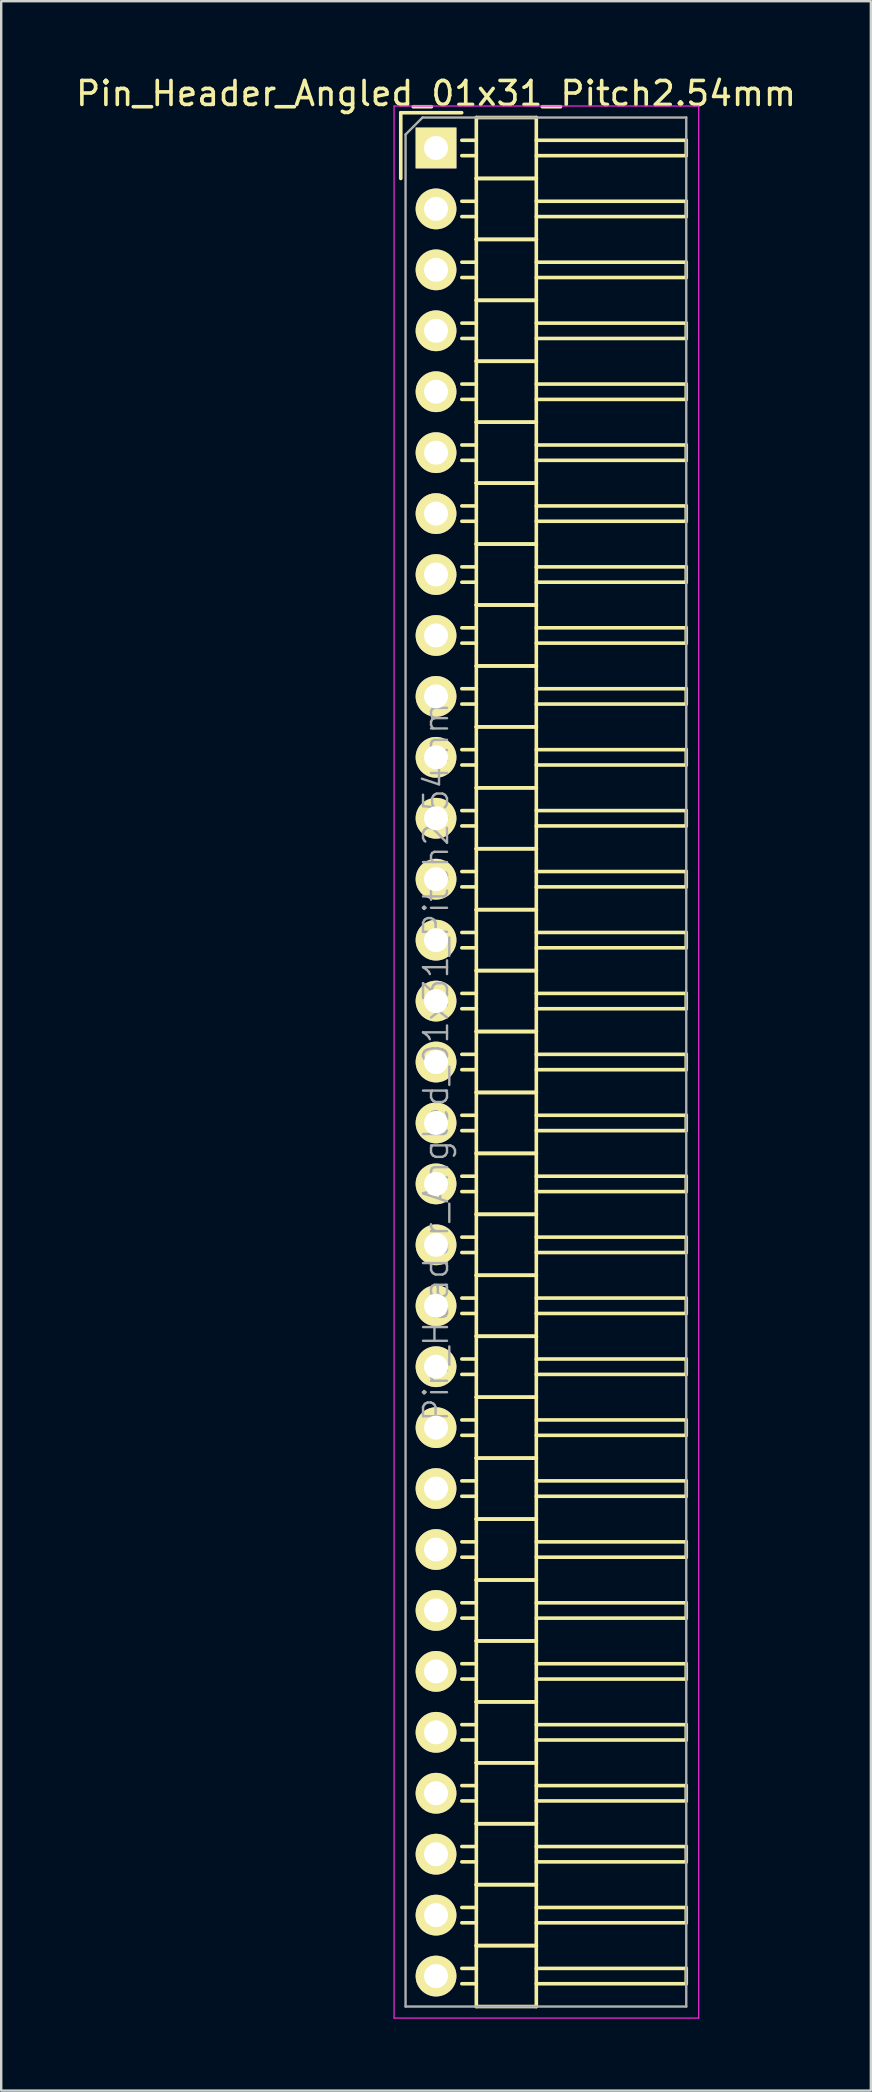
<source format=kicad_pcb>
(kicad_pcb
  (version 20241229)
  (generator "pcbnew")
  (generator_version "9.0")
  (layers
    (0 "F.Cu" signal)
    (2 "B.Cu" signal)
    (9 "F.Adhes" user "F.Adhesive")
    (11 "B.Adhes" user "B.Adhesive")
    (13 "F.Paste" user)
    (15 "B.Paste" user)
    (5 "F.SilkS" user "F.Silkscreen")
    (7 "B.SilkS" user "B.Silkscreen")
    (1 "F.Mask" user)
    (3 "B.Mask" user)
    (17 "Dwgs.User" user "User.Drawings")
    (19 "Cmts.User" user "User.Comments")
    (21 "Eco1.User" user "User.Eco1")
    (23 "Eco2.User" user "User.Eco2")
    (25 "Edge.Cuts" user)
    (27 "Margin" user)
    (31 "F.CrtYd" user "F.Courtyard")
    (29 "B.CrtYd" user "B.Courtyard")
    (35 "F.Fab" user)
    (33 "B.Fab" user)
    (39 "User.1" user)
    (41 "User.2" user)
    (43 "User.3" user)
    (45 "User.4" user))
  (footprint "Pin_Header_Angled_01x31_Pitch2.54mm"
    (layer "F.Cu")
    (at 15.125 3.118)
    (property "Reference" "Pin_Header_Angled_01x31_Pitch2.54mm" (at 0 -2.27 0) (layer "F.SilkS") (effects (font (size 1 1) (thickness 0.15))))
    (attr smd)
    (fp_line (start -1.47 -1.47) (end -1.47 1.27) (stroke (width 0.15) (type solid)) (layer "F.SilkS"))
    (fp_line (start -1.47 -1.47) (end 1.07 -1.47) (stroke (width 0.15) (type solid)) (layer "F.SilkS"))
    (fp_line (start 1.68 -0.32) (end 1.075 -0.32) (stroke (width 0.15) (type solid)) (layer "F.SilkS"))
    (fp_line (start 1.68 0.32) (end 1.075 0.32) (stroke (width 0.15) (type solid)) (layer "F.SilkS"))
    (fp_line (start 1.68 1.27) (end 1.68 -1.27) (stroke (width 0.15) (type solid)) (layer "F.SilkS"))
    (fp_line (start 1.68 2.22) (end 1.075 2.22) (stroke (width 0.15) (type solid)) (layer "F.SilkS"))
    (fp_line (start 1.68 2.86) (end 1.075 2.86) (stroke (width 0.15) (type solid)) (layer "F.SilkS"))
    (fp_line (start 1.68 3.81) (end 1.68 1.27) (stroke (width 0.15) (type solid)) (layer "F.SilkS"))
    (fp_line (start 1.68 4.76) (end 1.075 4.76) (stroke (width 0.15) (type solid)) (layer "F.SilkS"))
    (fp_line (start 1.68 5.4) (end 1.075 5.4) (stroke (width 0.15) (type solid)) (layer "F.SilkS"))
    (fp_line (start 1.68 6.35) (end 1.68 3.81) (stroke (width 0.15) (type solid)) (layer "F.SilkS"))
    (fp_line (start 1.68 7.3) (end 1.075 7.3) (stroke (width 0.15) (type solid)) (layer "F.SilkS"))
    (fp_line (start 1.68 7.94) (end 1.075 7.94) (stroke (width 0.15) (type solid)) (layer "F.SilkS"))
    (fp_line (start 1.68 8.89) (end 1.68 6.35) (stroke (width 0.15) (type solid)) (layer "F.SilkS"))
    (fp_line (start 1.68 9.84) (end 1.075 9.84) (stroke (width 0.15) (type solid)) (layer "F.SilkS"))
    (fp_line (start 1.68 10.48) (end 1.075 10.48) (stroke (width 0.15) (type solid)) (layer "F.SilkS"))
    (fp_line (start 1.68 11.43) (end 1.68 8.89) (stroke (width 0.15) (type solid)) (layer "F.SilkS"))
    (fp_line (start 1.68 12.38) (end 1.075 12.38) (stroke (width 0.15) (type solid)) (layer "F.SilkS"))
    (fp_line (start 1.68 13.02) (end 1.075 13.02) (stroke (width 0.15) (type solid)) (layer "F.SilkS"))
    (fp_line (start 1.68 13.97) (end 1.68 11.43) (stroke (width 0.15) (type solid)) (layer "F.SilkS"))
    (fp_line (start 1.68 14.92) (end 1.075 14.92) (stroke (width 0.15) (type solid)) (layer "F.SilkS"))
    (fp_line (start 1.68 15.56) (end 1.075 15.56) (stroke (width 0.15) (type solid)) (layer "F.SilkS"))
    (fp_line (start 1.68 16.51) (end 1.68 13.97) (stroke (width 0.15) (type solid)) (layer "F.SilkS"))
    (fp_line (start 1.68 17.46) (end 1.075 17.46) (stroke (width 0.15) (type solid)) (layer "F.SilkS"))
    (fp_line (start 1.68 18.1) (end 1.075 18.1) (stroke (width 0.15) (type solid)) (layer "F.SilkS"))
    (fp_line (start 1.68 19.05) (end 1.68 16.51) (stroke (width 0.15) (type solid)) (layer "F.SilkS"))
    (fp_line (start 1.68 20) (end 1.075 20) (stroke (width 0.15) (type solid)) (layer "F.SilkS"))
    (fp_line (start 1.68 20.64) (end 1.075 20.64) (stroke (width 0.15) (type solid)) (layer "F.SilkS"))
    (fp_line (start 1.68 21.59) (end 1.68 19.05) (stroke (width 0.15) (type solid)) (layer "F.SilkS"))
    (fp_line (start 1.68 22.54) (end 1.075 22.54) (stroke (width 0.15) (type solid)) (layer "F.SilkS"))
    (fp_line (start 1.68 23.18) (end 1.075 23.18) (stroke (width 0.15) (type solid)) (layer "F.SilkS"))
    (fp_line (start 1.68 24.13) (end 1.68 21.59) (stroke (width 0.15) (type solid)) (layer "F.SilkS"))
    (fp_line (start 1.68 25.08) (end 1.075 25.08) (stroke (width 0.15) (type solid)) (layer "F.SilkS"))
    (fp_line (start 1.68 25.72) (end 1.075 25.72) (stroke (width 0.15) (type solid)) (layer "F.SilkS"))
    (fp_line (start 1.68 26.67) (end 1.68 24.13) (stroke (width 0.15) (type solid)) (layer "F.SilkS"))
    (fp_line (start 1.68 27.62) (end 1.075 27.62) (stroke (width 0.15) (type solid)) (layer "F.SilkS"))
    (fp_line (start 1.68 28.26) (end 1.075 28.26) (stroke (width 0.15) (type solid)) (layer "F.SilkS"))
    (fp_line (start 1.68 29.21) (end 1.68 26.67) (stroke (width 0.15) (type solid)) (layer "F.SilkS"))
    (fp_line (start 1.68 30.16) (end 1.075 30.16) (stroke (width 0.15) (type solid)) (layer "F.SilkS"))
    (fp_line (start 1.68 30.8) (end 1.075 30.8) (stroke (width 0.15) (type solid)) (layer "F.SilkS"))
    (fp_line (start 1.68 31.75) (end 1.68 29.21) (stroke (width 0.15) (type solid)) (layer "F.SilkS"))
    (fp_line (start 1.68 32.7) (end 1.075 32.7) (stroke (width 0.15) (type solid)) (layer "F.SilkS"))
    (fp_line (start 1.68 33.34) (end 1.075 33.34) (stroke (width 0.15) (type solid)) (layer "F.SilkS"))
    (fp_line (start 1.68 34.29) (end 1.68 31.75) (stroke (width 0.15) (type solid)) (layer "F.SilkS"))
    (fp_line (start 1.68 35.24) (end 1.075 35.24) (stroke (width 0.15) (type solid)) (layer "F.SilkS"))
    (fp_line (start 1.68 35.88) (end 1.075 35.88) (stroke (width 0.15) (type solid)) (layer "F.SilkS"))
    (fp_line (start 1.68 36.83) (end 1.68 34.29) (stroke (width 0.15) (type solid)) (layer "F.SilkS"))
    (fp_line (start 1.68 37.78) (end 1.075 37.78) (stroke (width 0.15) (type solid)) (layer "F.SilkS"))
    (fp_line (start 1.68 38.42) (end 1.075 38.42) (stroke (width 0.15) (type solid)) (layer "F.SilkS"))
    (fp_line (start 1.68 39.37) (end 1.68 36.83) (stroke (width 0.15) (type solid)) (layer "F.SilkS"))
    (fp_line (start 1.68 40.32) (end 1.075 40.32) (stroke (width 0.15) (type solid)) (layer "F.SilkS"))
    (fp_line (start 1.68 40.96) (end 1.075 40.96) (stroke (width 0.15) (type solid)) (layer "F.SilkS"))
    (fp_line (start 1.68 41.91) (end 1.68 39.37) (stroke (width 0.15) (type solid)) (layer "F.SilkS"))
    (fp_line (start 1.68 42.86) (end 1.075 42.86) (stroke (width 0.15) (type solid)) (layer "F.SilkS"))
    (fp_line (start 1.68 43.5) (end 1.075 43.5) (stroke (width 0.15) (type solid)) (layer "F.SilkS"))
    (fp_line (start 1.68 44.45) (end 1.68 41.91) (stroke (width 0.15) (type solid)) (layer "F.SilkS"))
    (fp_line (start 1.68 45.4) (end 1.075 45.4) (stroke (width 0.15) (type solid)) (layer "F.SilkS"))
    (fp_line (start 1.68 46.04) (end 1.075 46.04) (stroke (width 0.15) (type solid)) (layer "F.SilkS"))
    (fp_line (start 1.68 46.99) (end 1.68 44.45) (stroke (width 0.15) (type solid)) (layer "F.SilkS"))
    (fp_line (start 1.68 47.94) (end 1.075 47.94) (stroke (width 0.15) (type solid)) (layer "F.SilkS"))
    (fp_line (start 1.68 48.58) (end 1.075 48.58) (stroke (width 0.15) (type solid)) (layer "F.SilkS"))
    (fp_line (start 1.68 49.53) (end 1.68 46.99) (stroke (width 0.15) (type solid)) (layer "F.SilkS"))
    (fp_line (start 1.68 50.48) (end 1.075 50.48) (stroke (width 0.15) (type solid)) (layer "F.SilkS"))
    (fp_line (start 1.68 51.12) (end 1.075 51.12) (stroke (width 0.15) (type solid)) (layer "F.SilkS"))
    (fp_line (start 1.68 52.07) (end 1.68 49.53) (stroke (width 0.15) (type solid)) (layer "F.SilkS"))
    (fp_line (start 1.68 53.02) (end 1.075 53.02) (stroke (width 0.15) (type solid)) (layer "F.SilkS"))
    (fp_line (start 1.68 53.66) (end 1.075 53.66) (stroke (width 0.15) (type solid)) (layer "F.SilkS"))
    (fp_line (start 1.68 54.61) (end 1.68 52.07) (stroke (width 0.15) (type solid)) (layer "F.SilkS"))
    (fp_line (start 1.68 55.56) (end 1.075 55.56) (stroke (width 0.15) (type solid)) (layer "F.SilkS"))
    (fp_line (start 1.68 56.2) (end 1.075 56.2) (stroke (width 0.15) (type solid)) (layer "F.SilkS"))
    (fp_line (start 1.68 57.15) (end 1.68 54.61) (stroke (width 0.15) (type solid)) (layer "F.SilkS"))
    (fp_line (start 1.68 58.1) (end 1.075 58.1) (stroke (width 0.15) (type solid)) (layer "F.SilkS"))
    (fp_line (start 1.68 58.74) (end 1.075 58.74) (stroke (width 0.15) (type solid)) (layer "F.SilkS"))
    (fp_line (start 1.68 59.69) (end 1.68 57.15) (stroke (width 0.15) (type solid)) (layer "F.SilkS"))
    (fp_line (start 1.68 60.64) (end 1.075 60.64) (stroke (width 0.15) (type solid)) (layer "F.SilkS"))
    (fp_line (start 1.68 61.28) (end 1.075 61.28) (stroke (width 0.15) (type solid)) (layer "F.SilkS"))
    (fp_line (start 1.68 62.23) (end 1.68 59.69) (stroke (width 0.15) (type solid)) (layer "F.SilkS"))
    (fp_line (start 1.68 63.18) (end 1.075 63.18) (stroke (width 0.15) (type solid)) (layer "F.SilkS"))
    (fp_line (start 1.68 63.82) (end 1.075 63.82) (stroke (width 0.15) (type solid)) (layer "F.SilkS"))
    (fp_line (start 1.68 64.77) (end 1.68 62.23) (stroke (width 0.15) (type solid)) (layer "F.SilkS"))
    (fp_line (start 1.68 65.72) (end 1.075 65.72) (stroke (width 0.15) (type solid)) (layer "F.SilkS"))
    (fp_line (start 1.68 66.36) (end 1.075 66.36) (stroke (width 0.15) (type solid)) (layer "F.SilkS"))
    (fp_line (start 1.68 67.31) (end 1.68 64.77) (stroke (width 0.15) (type solid)) (layer "F.SilkS"))
    (fp_line (start 1.68 68.26) (end 1.075 68.26) (stroke (width 0.15) (type solid)) (layer "F.SilkS"))
    (fp_line (start 1.68 68.9) (end 1.075 68.9) (stroke (width 0.15) (type solid)) (layer "F.SilkS"))
    (fp_line (start 1.68 69.85) (end 1.68 67.31) (stroke (width 0.15) (type solid)) (layer "F.SilkS"))
    (fp_line (start 1.68 70.8) (end 1.075 70.8) (stroke (width 0.15) (type solid)) (layer "F.SilkS"))
    (fp_line (start 1.68 71.44) (end 1.075 71.44) (stroke (width 0.15) (type solid)) (layer "F.SilkS"))
    (fp_line (start 1.68 72.39) (end 1.68 69.85) (stroke (width 0.15) (type solid)) (layer "F.SilkS"))
    (fp_line (start 1.68 73.34) (end 1.075 73.34) (stroke (width 0.15) (type solid)) (layer "F.SilkS"))
    (fp_line (start 1.68 73.98) (end 1.075 73.98) (stroke (width 0.15) (type solid)) (layer "F.SilkS"))
    (fp_line (start 1.68 74.93) (end 1.68 72.39) (stroke (width 0.15) (type solid)) (layer "F.SilkS"))
    (fp_line (start 1.68 75.88) (end 1.075 75.88) (stroke (width 0.15) (type solid)) (layer "F.SilkS"))
    (fp_line (start 1.68 76.52) (end 1.075 76.52) (stroke (width 0.15) (type solid)) (layer "F.SilkS"))
    (fp_line (start 1.68 77.47) (end 1.68 74.93) (stroke (width 0.15) (type solid)) (layer "F.SilkS"))
    (fp_line (start 4.18 -1.27) (end 1.68 -1.27) (stroke (width 0.15) (type solid)) (layer "F.SilkS"))
    (fp_line (start 4.18 -0.32) (end 10.43 -0.32) (stroke (width 0.15) (type solid)) (layer "F.SilkS"))
    (fp_line (start 4.18 0.32) (end 10.43 0.32) (stroke (width 0.15) (type solid)) (layer "F.SilkS"))
    (fp_line (start 4.18 1.27) (end 1.68 1.27) (stroke (width 0.15) (type solid)) (layer "F.SilkS"))
    (fp_line (start 4.18 1.27) (end 1.68 1.27) (stroke (width 0.15) (type solid)) (layer "F.SilkS"))
    (fp_line (start 4.18 1.27) (end 4.18 -1.27) (stroke (width 0.15) (type solid)) (layer "F.SilkS"))
    (fp_line (start 4.18 2.22) (end 10.43 2.22) (stroke (width 0.15) (type solid)) (layer "F.SilkS"))
    (fp_line (start 4.18 2.86) (end 10.43 2.86) (stroke (width 0.15) (type solid)) (layer "F.SilkS"))
    (fp_line (start 4.18 3.81) (end 1.68 3.81) (stroke (width 0.15) (type solid)) (layer "F.SilkS"))
    (fp_line (start 4.18 3.81) (end 1.68 3.81) (stroke (width 0.15) (type solid)) (layer "F.SilkS"))
    (fp_line (start 4.18 3.81) (end 4.18 1.27) (stroke (width 0.15) (type solid)) (layer "F.SilkS"))
    (fp_line (start 4.18 4.76) (end 10.43 4.76) (stroke (width 0.15) (type solid)) (layer "F.SilkS"))
    (fp_line (start 4.18 5.4) (end 10.43 5.4) (stroke (width 0.15) (type solid)) (layer "F.SilkS"))
    (fp_line (start 4.18 6.35) (end 1.68 6.35) (stroke (width 0.15) (type solid)) (layer "F.SilkS"))
    (fp_line (start 4.18 6.35) (end 1.68 6.35) (stroke (width 0.15) (type solid)) (layer "F.SilkS"))
    (fp_line (start 4.18 6.35) (end 4.18 3.81) (stroke (width 0.15) (type solid)) (layer "F.SilkS"))
    (fp_line (start 4.18 7.3) (end 10.43 7.3) (stroke (width 0.15) (type solid)) (layer "F.SilkS"))
    (fp_line (start 4.18 7.94) (end 10.43 7.94) (stroke (width 0.15) (type solid)) (layer "F.SilkS"))
    (fp_line (start 4.18 8.89) (end 1.68 8.89) (stroke (width 0.15) (type solid)) (layer "F.SilkS"))
    (fp_line (start 4.18 8.89) (end 1.68 8.89) (stroke (width 0.15) (type solid)) (layer "F.SilkS"))
    (fp_line (start 4.18 8.89) (end 4.18 6.35) (stroke (width 0.15) (type solid)) (layer "F.SilkS"))
    (fp_line (start 4.18 9.84) (end 10.43 9.84) (stroke (width 0.15) (type solid)) (layer "F.SilkS"))
    (fp_line (start 4.18 10.48) (end 10.43 10.48) (stroke (width 0.15) (type solid)) (layer "F.SilkS"))
    (fp_line (start 4.18 11.43) (end 1.68 11.43) (stroke (width 0.15) (type solid)) (layer "F.SilkS"))
    (fp_line (start 4.18 11.43) (end 1.68 11.43) (stroke (width 0.15) (type solid)) (layer "F.SilkS"))
    (fp_line (start 4.18 11.43) (end 4.18 8.89) (stroke (width 0.15) (type solid)) (layer "F.SilkS"))
    (fp_line (start 4.18 12.38) (end 10.43 12.38) (stroke (width 0.15) (type solid)) (layer "F.SilkS"))
    (fp_line (start 4.18 13.02) (end 10.43 13.02) (stroke (width 0.15) (type solid)) (layer "F.SilkS"))
    (fp_line (start 4.18 13.97) (end 1.68 13.97) (stroke (width 0.15) (type solid)) (layer "F.SilkS"))
    (fp_line (start 4.18 13.97) (end 1.68 13.97) (stroke (width 0.15) (type solid)) (layer "F.SilkS"))
    (fp_line (start 4.18 13.97) (end 4.18 11.43) (stroke (width 0.15) (type solid)) (layer "F.SilkS"))
    (fp_line (start 4.18 14.92) (end 10.43 14.92) (stroke (width 0.15) (type solid)) (layer "F.SilkS"))
    (fp_line (start 4.18 15.56) (end 10.43 15.56) (stroke (width 0.15) (type solid)) (layer "F.SilkS"))
    (fp_line (start 4.18 16.51) (end 1.68 16.51) (stroke (width 0.15) (type solid)) (layer "F.SilkS"))
    (fp_line (start 4.18 16.51) (end 1.68 16.51) (stroke (width 0.15) (type solid)) (layer "F.SilkS"))
    (fp_line (start 4.18 16.51) (end 4.18 13.97) (stroke (width 0.15) (type solid)) (layer "F.SilkS"))
    (fp_line (start 4.18 17.46) (end 10.43 17.46) (stroke (width 0.15) (type solid)) (layer "F.SilkS"))
    (fp_line (start 4.18 18.1) (end 10.43 18.1) (stroke (width 0.15) (type solid)) (layer "F.SilkS"))
    (fp_line (start 4.18 19.05) (end 1.68 19.05) (stroke (width 0.15) (type solid)) (layer "F.SilkS"))
    (fp_line (start 4.18 19.05) (end 1.68 19.05) (stroke (width 0.15) (type solid)) (layer "F.SilkS"))
    (fp_line (start 4.18 19.05) (end 4.18 16.51) (stroke (width 0.15) (type solid)) (layer "F.SilkS"))
    (fp_line (start 4.18 20) (end 10.43 20) (stroke (width 0.15) (type solid)) (layer "F.SilkS"))
    (fp_line (start 4.18 20.64) (end 10.43 20.64) (stroke (width 0.15) (type solid)) (layer "F.SilkS"))
    (fp_line (start 4.18 21.59) (end 1.68 21.59) (stroke (width 0.15) (type solid)) (layer "F.SilkS"))
    (fp_line (start 4.18 21.59) (end 1.68 21.59) (stroke (width 0.15) (type solid)) (layer "F.SilkS"))
    (fp_line (start 4.18 21.59) (end 4.18 19.05) (stroke (width 0.15) (type solid)) (layer "F.SilkS"))
    (fp_line (start 4.18 22.54) (end 10.43 22.54) (stroke (width 0.15) (type solid)) (layer "F.SilkS"))
    (fp_line (start 4.18 23.18) (end 10.43 23.18) (stroke (width 0.15) (type solid)) (layer "F.SilkS"))
    (fp_line (start 4.18 24.13) (end 1.68 24.13) (stroke (width 0.15) (type solid)) (layer "F.SilkS"))
    (fp_line (start 4.18 24.13) (end 1.68 24.13) (stroke (width 0.15) (type solid)) (layer "F.SilkS"))
    (fp_line (start 4.18 24.13) (end 4.18 21.59) (stroke (width 0.15) (type solid)) (layer "F.SilkS"))
    (fp_line (start 4.18 25.08) (end 10.43 25.08) (stroke (width 0.15) (type solid)) (layer "F.SilkS"))
    (fp_line (start 4.18 25.72) (end 10.43 25.72) (stroke (width 0.15) (type solid)) (layer "F.SilkS"))
    (fp_line (start 4.18 26.67) (end 1.68 26.67) (stroke (width 0.15) (type solid)) (layer "F.SilkS"))
    (fp_line (start 4.18 26.67) (end 1.68 26.67) (stroke (width 0.15) (type solid)) (layer "F.SilkS"))
    (fp_line (start 4.18 26.67) (end 4.18 24.13) (stroke (width 0.15) (type solid)) (layer "F.SilkS"))
    (fp_line (start 4.18 27.62) (end 10.43 27.62) (stroke (width 0.15) (type solid)) (layer "F.SilkS"))
    (fp_line (start 4.18 28.26) (end 10.43 28.26) (stroke (width 0.15) (type solid)) (layer "F.SilkS"))
    (fp_line (start 4.18 29.21) (end 1.68 29.21) (stroke (width 0.15) (type solid)) (layer "F.SilkS"))
    (fp_line (start 4.18 29.21) (end 1.68 29.21) (stroke (width 0.15) (type solid)) (layer "F.SilkS"))
    (fp_line (start 4.18 29.21) (end 4.18 26.67) (stroke (width 0.15) (type solid)) (layer "F.SilkS"))
    (fp_line (start 4.18 30.16) (end 10.43 30.16) (stroke (width 0.15) (type solid)) (layer "F.SilkS"))
    (fp_line (start 4.18 30.8) (end 10.43 30.8) (stroke (width 0.15) (type solid)) (layer "F.SilkS"))
    (fp_line (start 4.18 31.75) (end 1.68 31.75) (stroke (width 0.15) (type solid)) (layer "F.SilkS"))
    (fp_line (start 4.18 31.75) (end 1.68 31.75) (stroke (width 0.15) (type solid)) (layer "F.SilkS"))
    (fp_line (start 4.18 31.75) (end 4.18 29.21) (stroke (width 0.15) (type solid)) (layer "F.SilkS"))
    (fp_line (start 4.18 32.7) (end 10.43 32.7) (stroke (width 0.15) (type solid)) (layer "F.SilkS"))
    (fp_line (start 4.18 33.34) (end 10.43 33.34) (stroke (width 0.15) (type solid)) (layer "F.SilkS"))
    (fp_line (start 4.18 34.29) (end 1.68 34.29) (stroke (width 0.15) (type solid)) (layer "F.SilkS"))
    (fp_line (start 4.18 34.29) (end 1.68 34.29) (stroke (width 0.15) (type solid)) (layer "F.SilkS"))
    (fp_line (start 4.18 34.29) (end 4.18 31.75) (stroke (width 0.15) (type solid)) (layer "F.SilkS"))
    (fp_line (start 4.18 35.24) (end 10.43 35.24) (stroke (width 0.15) (type solid)) (layer "F.SilkS"))
    (fp_line (start 4.18 35.88) (end 10.43 35.88) (stroke (width 0.15) (type solid)) (layer "F.SilkS"))
    (fp_line (start 4.18 36.83) (end 1.68 36.83) (stroke (width 0.15) (type solid)) (layer "F.SilkS"))
    (fp_line (start 4.18 36.83) (end 1.68 36.83) (stroke (width 0.15) (type solid)) (layer "F.SilkS"))
    (fp_line (start 4.18 36.83) (end 4.18 34.29) (stroke (width 0.15) (type solid)) (layer "F.SilkS"))
    (fp_line (start 4.18 37.78) (end 10.43 37.78) (stroke (width 0.15) (type solid)) (layer "F.SilkS"))
    (fp_line (start 4.18 38.42) (end 10.43 38.42) (stroke (width 0.15) (type solid)) (layer "F.SilkS"))
    (fp_line (start 4.18 39.37) (end 1.68 39.37) (stroke (width 0.15) (type solid)) (layer "F.SilkS"))
    (fp_line (start 4.18 39.37) (end 1.68 39.37) (stroke (width 0.15) (type solid)) (layer "F.SilkS"))
    (fp_line (start 4.18 39.37) (end 4.18 36.83) (stroke (width 0.15) (type solid)) (layer "F.SilkS"))
    (fp_line (start 4.18 40.32) (end 10.43 40.32) (stroke (width 0.15) (type solid)) (layer "F.SilkS"))
    (fp_line (start 4.18 40.96) (end 10.43 40.96) (stroke (width 0.15) (type solid)) (layer "F.SilkS"))
    (fp_line (start 4.18 41.91) (end 1.68 41.91) (stroke (width 0.15) (type solid)) (layer "F.SilkS"))
    (fp_line (start 4.18 41.91) (end 1.68 41.91) (stroke (width 0.15) (type solid)) (layer "F.SilkS"))
    (fp_line (start 4.18 41.91) (end 4.18 39.37) (stroke (width 0.15) (type solid)) (layer "F.SilkS"))
    (fp_line (start 4.18 42.86) (end 10.43 42.86) (stroke (width 0.15) (type solid)) (layer "F.SilkS"))
    (fp_line (start 4.18 43.5) (end 10.43 43.5) (stroke (width 0.15) (type solid)) (layer "F.SilkS"))
    (fp_line (start 4.18 44.45) (end 1.68 44.45) (stroke (width 0.15) (type solid)) (layer "F.SilkS"))
    (fp_line (start 4.18 44.45) (end 1.68 44.45) (stroke (width 0.15) (type solid)) (layer "F.SilkS"))
    (fp_line (start 4.18 44.45) (end 4.18 41.91) (stroke (width 0.15) (type solid)) (layer "F.SilkS"))
    (fp_line (start 4.18 45.4) (end 10.43 45.4) (stroke (width 0.15) (type solid)) (layer "F.SilkS"))
    (fp_line (start 4.18 46.04) (end 10.43 46.04) (stroke (width 0.15) (type solid)) (layer "F.SilkS"))
    (fp_line (start 4.18 46.99) (end 1.68 46.99) (stroke (width 0.15) (type solid)) (layer "F.SilkS"))
    (fp_line (start 4.18 46.99) (end 1.68 46.99) (stroke (width 0.15) (type solid)) (layer "F.SilkS"))
    (fp_line (start 4.18 46.99) (end 4.18 44.45) (stroke (width 0.15) (type solid)) (layer "F.SilkS"))
    (fp_line (start 4.18 47.94) (end 10.43 47.94) (stroke (width 0.15) (type solid)) (layer "F.SilkS"))
    (fp_line (start 4.18 48.58) (end 10.43 48.58) (stroke (width 0.15) (type solid)) (layer "F.SilkS"))
    (fp_line (start 4.18 49.53) (end 1.68 49.53) (stroke (width 0.15) (type solid)) (layer "F.SilkS"))
    (fp_line (start 4.18 49.53) (end 1.68 49.53) (stroke (width 0.15) (type solid)) (layer "F.SilkS"))
    (fp_line (start 4.18 49.53) (end 4.18 46.99) (stroke (width 0.15) (type solid)) (layer "F.SilkS"))
    (fp_line (start 4.18 50.48) (end 10.43 50.48) (stroke (width 0.15) (type solid)) (layer "F.SilkS"))
    (fp_line (start 4.18 51.12) (end 10.43 51.12) (stroke (width 0.15) (type solid)) (layer "F.SilkS"))
    (fp_line (start 4.18 52.07) (end 1.68 52.07) (stroke (width 0.15) (type solid)) (layer "F.SilkS"))
    (fp_line (start 4.18 52.07) (end 1.68 52.07) (stroke (width 0.15) (type solid)) (layer "F.SilkS"))
    (fp_line (start 4.18 52.07) (end 4.18 49.53) (stroke (width 0.15) (type solid)) (layer "F.SilkS"))
    (fp_line (start 4.18 53.02) (end 10.43 53.02) (stroke (width 0.15) (type solid)) (layer "F.SilkS"))
    (fp_line (start 4.18 53.66) (end 10.43 53.66) (stroke (width 0.15) (type solid)) (layer "F.SilkS"))
    (fp_line (start 4.18 54.61) (end 1.68 54.61) (stroke (width 0.15) (type solid)) (layer "F.SilkS"))
    (fp_line (start 4.18 54.61) (end 1.68 54.61) (stroke (width 0.15) (type solid)) (layer "F.SilkS"))
    (fp_line (start 4.18 54.61) (end 4.18 52.07) (stroke (width 0.15) (type solid)) (layer "F.SilkS"))
    (fp_line (start 4.18 55.56) (end 10.43 55.56) (stroke (width 0.15) (type solid)) (layer "F.SilkS"))
    (fp_line (start 4.18 56.2) (end 10.43 56.2) (stroke (width 0.15) (type solid)) (layer "F.SilkS"))
    (fp_line (start 4.18 57.15) (end 1.68 57.15) (stroke (width 0.15) (type solid)) (layer "F.SilkS"))
    (fp_line (start 4.18 57.15) (end 1.68 57.15) (stroke (width 0.15) (type solid)) (layer "F.SilkS"))
    (fp_line (start 4.18 57.15) (end 4.18 54.61) (stroke (width 0.15) (type solid)) (layer "F.SilkS"))
    (fp_line (start 4.18 58.1) (end 10.43 58.1) (stroke (width 0.15) (type solid)) (layer "F.SilkS"))
    (fp_line (start 4.18 58.74) (end 10.43 58.74) (stroke (width 0.15) (type solid)) (layer "F.SilkS"))
    (fp_line (start 4.18 59.69) (end 1.68 59.69) (stroke (width 0.15) (type solid)) (layer "F.SilkS"))
    (fp_line (start 4.18 59.69) (end 1.68 59.69) (stroke (width 0.15) (type solid)) (layer "F.SilkS"))
    (fp_line (start 4.18 59.69) (end 4.18 57.15) (stroke (width 0.15) (type solid)) (layer "F.SilkS"))
    (fp_line (start 4.18 60.64) (end 10.43 60.64) (stroke (width 0.15) (type solid)) (layer "F.SilkS"))
    (fp_line (start 4.18 61.28) (end 10.43 61.28) (stroke (width 0.15) (type solid)) (layer "F.SilkS"))
    (fp_line (start 4.18 62.23) (end 1.68 62.23) (stroke (width 0.15) (type solid)) (layer "F.SilkS"))
    (fp_line (start 4.18 62.23) (end 1.68 62.23) (stroke (width 0.15) (type solid)) (layer "F.SilkS"))
    (fp_line (start 4.18 62.23) (end 4.18 59.69) (stroke (width 0.15) (type solid)) (layer "F.SilkS"))
    (fp_line (start 4.18 63.18) (end 10.43 63.18) (stroke (width 0.15) (type solid)) (layer "F.SilkS"))
    (fp_line (start 4.18 63.82) (end 10.43 63.82) (stroke (width 0.15) (type solid)) (layer "F.SilkS"))
    (fp_line (start 4.18 64.77) (end 1.68 64.77) (stroke (width 0.15) (type solid)) (layer "F.SilkS"))
    (fp_line (start 4.18 64.77) (end 1.68 64.77) (stroke (width 0.15) (type solid)) (layer "F.SilkS"))
    (fp_line (start 4.18 64.77) (end 4.18 62.23) (stroke (width 0.15) (type solid)) (layer "F.SilkS"))
    (fp_line (start 4.18 65.72) (end 10.43 65.72) (stroke (width 0.15) (type solid)) (layer "F.SilkS"))
    (fp_line (start 4.18 66.36) (end 10.43 66.36) (stroke (width 0.15) (type solid)) (layer "F.SilkS"))
    (fp_line (start 4.18 67.31) (end 1.68 67.31) (stroke (width 0.15) (type solid)) (layer "F.SilkS"))
    (fp_line (start 4.18 67.31) (end 1.68 67.31) (stroke (width 0.15) (type solid)) (layer "F.SilkS"))
    (fp_line (start 4.18 67.31) (end 4.18 64.77) (stroke (width 0.15) (type solid)) (layer "F.SilkS"))
    (fp_line (start 4.18 68.26) (end 10.43 68.26) (stroke (width 0.15) (type solid)) (layer "F.SilkS"))
    (fp_line (start 4.18 68.9) (end 10.43 68.9) (stroke (width 0.15) (type solid)) (layer "F.SilkS"))
    (fp_line (start 4.18 69.85) (end 1.68 69.85) (stroke (width 0.15) (type solid)) (layer "F.SilkS"))
    (fp_line (start 4.18 69.85) (end 1.68 69.85) (stroke (width 0.15) (type solid)) (layer "F.SilkS"))
    (fp_line (start 4.18 69.85) (end 4.18 67.31) (stroke (width 0.15) (type solid)) (layer "F.SilkS"))
    (fp_line (start 4.18 70.8) (end 10.43 70.8) (stroke (width 0.15) (type solid)) (layer "F.SilkS"))
    (fp_line (start 4.18 71.44) (end 10.43 71.44) (stroke (width 0.15) (type solid)) (layer "F.SilkS"))
    (fp_line (start 4.18 72.39) (end 1.68 72.39) (stroke (width 0.15) (type solid)) (layer "F.SilkS"))
    (fp_line (start 4.18 72.39) (end 1.68 72.39) (stroke (width 0.15) (type solid)) (layer "F.SilkS"))
    (fp_line (start 4.18 72.39) (end 4.18 69.85) (stroke (width 0.15) (type solid)) (layer "F.SilkS"))
    (fp_line (start 4.18 73.34) (end 10.43 73.34) (stroke (width 0.15) (type solid)) (layer "F.SilkS"))
    (fp_line (start 4.18 73.98) (end 10.43 73.98) (stroke (width 0.15) (type solid)) (layer "F.SilkS"))
    (fp_line (start 4.18 74.93) (end 1.68 74.93) (stroke (width 0.15) (type solid)) (layer "F.SilkS"))
    (fp_line (start 4.18 74.93) (end 1.68 74.93) (stroke (width 0.15) (type solid)) (layer "F.SilkS"))
    (fp_line (start 4.18 74.93) (end 4.18 72.39) (stroke (width 0.15) (type solid)) (layer "F.SilkS"))
    (fp_line (start 4.18 75.88) (end 10.43 75.88) (stroke (width 0.15) (type solid)) (layer "F.SilkS"))
    (fp_line (start 4.18 76.52) (end 10.43 76.52) (stroke (width 0.15) (type solid)) (layer "F.SilkS"))
    (fp_line (start 4.18 77.47) (end 1.68 77.47) (stroke (width 0.15) (type solid)) (layer "F.SilkS"))
    (fp_line (start 4.18 77.47) (end 4.18 74.93) (stroke (width 0.15) (type solid)) (layer "F.SilkS"))
    (fp_line (start 10.43 0.32) (end 10.43 -0.32) (stroke (width 0.15) (type solid)) (layer "F.SilkS"))
    (fp_line (start 10.43 2.86) (end 10.43 2.22) (stroke (width 0.15) (type solid)) (layer "F.SilkS"))
    (fp_line (start 10.43 5.4) (end 10.43 4.76) (stroke (width 0.15) (type solid)) (layer "F.SilkS"))
    (fp_line (start 10.43 7.94) (end 10.43 7.3) (stroke (width 0.15) (type solid)) (layer "F.SilkS"))
    (fp_line (start 10.43 10.48) (end 10.43 9.84) (stroke (width 0.15) (type solid)) (layer "F.SilkS"))
    (fp_line (start 10.43 13.02) (end 10.43 12.38) (stroke (width 0.15) (type solid)) (layer "F.SilkS"))
    (fp_line (start 10.43 15.56) (end 10.43 14.92) (stroke (width 0.15) (type solid)) (layer "F.SilkS"))
    (fp_line (start 10.43 18.1) (end 10.43 17.46) (stroke (width 0.15) (type solid)) (layer "F.SilkS"))
    (fp_line (start 10.43 20.64) (end 10.43 20) (stroke (width 0.15) (type solid)) (layer "F.SilkS"))
    (fp_line (start 10.43 23.18) (end 10.43 22.54) (stroke (width 0.15) (type solid)) (layer "F.SilkS"))
    (fp_line (start 10.43 25.72) (end 10.43 25.08) (stroke (width 0.15) (type solid)) (layer "F.SilkS"))
    (fp_line (start 10.43 28.26) (end 10.43 27.62) (stroke (width 0.15) (type solid)) (layer "F.SilkS"))
    (fp_line (start 10.43 30.8) (end 10.43 30.16) (stroke (width 0.15) (type solid)) (layer "F.SilkS"))
    (fp_line (start 10.43 33.34) (end 10.43 32.7) (stroke (width 0.15) (type solid)) (layer "F.SilkS"))
    (fp_line (start 10.43 35.88) (end 10.43 35.24) (stroke (width 0.15) (type solid)) (layer "F.SilkS"))
    (fp_line (start 10.43 38.42) (end 10.43 37.78) (stroke (width 0.15) (type solid)) (layer "F.SilkS"))
    (fp_line (start 10.43 40.96) (end 10.43 40.32) (stroke (width 0.15) (type solid)) (layer "F.SilkS"))
    (fp_line (start 10.43 43.5) (end 10.43 42.86) (stroke (width 0.15) (type solid)) (layer "F.SilkS"))
    (fp_line (start 10.43 46.04) (end 10.43 45.4) (stroke (width 0.15) (type solid)) (layer "F.SilkS"))
    (fp_line (start 10.43 48.58) (end 10.43 47.94) (stroke (width 0.15) (type solid)) (layer "F.SilkS"))
    (fp_line (start 10.43 51.12) (end 10.43 50.48) (stroke (width 0.15) (type solid)) (layer "F.SilkS"))
    (fp_line (start 10.43 53.66) (end 10.43 53.02) (stroke (width 0.15) (type solid)) (layer "F.SilkS"))
    (fp_line (start 10.43 56.2) (end 10.43 55.56) (stroke (width 0.15) (type solid)) (layer "F.SilkS"))
    (fp_line (start 10.43 58.74) (end 10.43 58.1) (stroke (width 0.15) (type solid)) (layer "F.SilkS"))
    (fp_line (start 10.43 61.28) (end 10.43 60.64) (stroke (width 0.15) (type solid)) (layer "F.SilkS"))
    (fp_line (start 10.43 63.82) (end 10.43 63.18) (stroke (width 0.15) (type solid)) (layer "F.SilkS"))
    (fp_line (start 10.43 66.36) (end 10.43 65.72) (stroke (width 0.15) (type solid)) (layer "F.SilkS"))
    (fp_line (start 10.43 68.9) (end 10.43 68.26) (stroke (width 0.15) (type solid)) (layer "F.SilkS"))
    (fp_line (start 10.43 71.44) (end 10.43 70.8) (stroke (width 0.15) (type solid)) (layer "F.SilkS"))
    (fp_line (start 10.43 73.98) (end 10.43 73.34) (stroke (width 0.15) (type solid)) (layer "F.SilkS"))
    (fp_line (start 10.43 76.52) (end 10.43 75.88) (stroke (width 0.15) (type solid)) (layer "F.SilkS"))
    (fp_line (start -1.75 -1.75) (end -1.75 77.95) (stroke (width 0.05) (type solid)) (layer "F.CrtYd"))
    (fp_line (start 10.95 -1.75) (end -1.75 -1.75) (stroke (width 0.05) (type solid)) (layer "F.CrtYd"))
    (fp_line (start 10.95 -1.75) (end 10.95 77.95) (stroke (width 0.05) (type solid)) (layer "F.CrtYd"))
    (fp_line (start 10.95 77.95) (end -1.75 77.95) (stroke (width 0.05) (type solid)) (layer "F.CrtYd"))
    (fp_line (start -1.27 -0.563) (end -0.563 -1.27) (stroke (width 0.1) (type solid)) (layer "F.Fab"))
    (fp_line (start -1.27 77.47) (end -1.27 -0.563) (stroke (width 0.1) (type solid)) (layer "F.Fab"))
    (fp_line (start 10.43 -1.27) (end -0.563 -1.27) (stroke (width 0.1) (type solid)) (layer "F.Fab"))
    (fp_line (start 10.43 77.47) (end -1.27 77.47) (stroke (width 0.1) (type solid)) (layer "F.Fab"))
    (fp_line (start 10.43 77.47) (end 10.43 -1.27) (stroke (width 0.1) (type solid)) (layer "F.Fab"))
    (fp_text user "${REFERENCE}" (at 0 38.1 90) (layer "F.Fab") (effects (font (size 1 1) (thickness 0.1))))
    (pad "1" thru_hole rect (at 0 0) (size 1.7 1.7) (drill 1) (layers "*.Cu" "*.Mask" "F.SilkS"))
    (pad "2" thru_hole oval (at 0 2.54) (size 1.7 1.7) (drill 1) (layers "*.Cu" "*.Mask" "F.SilkS"))
    (pad "3" thru_hole oval (at 0 5.08) (size 1.7 1.7) (drill 1) (layers "*.Cu" "*.Mask" "F.SilkS"))
    (pad "4" thru_hole oval (at 0 7.62) (size 1.7 1.7) (drill 1) (layers "*.Cu" "*.Mask" "F.SilkS"))
    (pad "5" thru_hole oval (at 0 10.16) (size 1.7 1.7) (drill 1) (layers "*.Cu" "*.Mask" "F.SilkS"))
    (pad "6" thru_hole oval (at 0 12.7) (size 1.7 1.7) (drill 1) (layers "*.Cu" "*.Mask" "F.SilkS"))
    (pad "7" thru_hole oval (at 0 15.24) (size 1.7 1.7) (drill 1) (layers "*.Cu" "*.Mask" "F.SilkS"))
    (pad "8" thru_hole oval (at 0 17.78) (size 1.7 1.7) (drill 1) (layers "*.Cu" "*.Mask" "F.SilkS"))
    (pad "9" thru_hole oval (at 0 20.32) (size 1.7 1.7) (drill 1) (layers "*.Cu" "*.Mask" "F.SilkS"))
    (pad "10" thru_hole oval (at 0 22.86) (size 1.7 1.7) (drill 1) (layers "*.Cu" "*.Mask" "F.SilkS"))
    (pad "11" thru_hole oval (at 0 25.4) (size 1.7 1.7) (drill 1) (layers "*.Cu" "*.Mask" "F.SilkS"))
    (pad "12" thru_hole oval (at 0 27.94) (size 1.7 1.7) (drill 1) (layers "*.Cu" "*.Mask" "F.SilkS"))
    (pad "13" thru_hole oval (at 0 30.48) (size 1.7 1.7) (drill 1) (layers "*.Cu" "*.Mask" "F.SilkS"))
    (pad "14" thru_hole oval (at 0 33.02) (size 1.7 1.7) (drill 1) (layers "*.Cu" "*.Mask" "F.SilkS"))
    (pad "15" thru_hole oval (at 0 35.56) (size 1.7 1.7) (drill 1) (layers "*.Cu" "*.Mask" "F.SilkS"))
    (pad "16" thru_hole oval (at 0 38.1) (size 1.7 1.7) (drill 1) (layers "*.Cu" "*.Mask" "F.SilkS"))
    (pad "17" thru_hole oval (at 0 40.64) (size 1.7 1.7) (drill 1) (layers "*.Cu" "*.Mask" "F.SilkS"))
    (pad "18" thru_hole oval (at 0 43.18) (size 1.7 1.7) (drill 1) (layers "*.Cu" "*.Mask" "F.SilkS"))
    (pad "19" thru_hole oval (at 0 45.72) (size 1.7 1.7) (drill 1) (layers "*.Cu" "*.Mask" "F.SilkS"))
    (pad "20" thru_hole oval (at 0 48.26) (size 1.7 1.7) (drill 1) (layers "*.Cu" "*.Mask" "F.SilkS"))
    (pad "21" thru_hole oval (at 0 50.8) (size 1.7 1.7) (drill 1) (layers "*.Cu" "*.Mask" "F.SilkS"))
    (pad "22" thru_hole oval (at 0 53.34) (size 1.7 1.7) (drill 1) (layers "*.Cu" "*.Mask" "F.SilkS"))
    (pad "23" thru_hole oval (at 0 55.88) (size 1.7 1.7) (drill 1) (layers "*.Cu" "*.Mask" "F.SilkS"))
    (pad "24" thru_hole oval (at 0 58.42) (size 1.7 1.7) (drill 1) (layers "*.Cu" "*.Mask" "F.SilkS"))
    (pad "25" thru_hole oval (at 0 60.96) (size 1.7 1.7) (drill 1) (layers "*.Cu" "*.Mask" "F.SilkS"))
    (pad "26" thru_hole oval (at 0 63.5) (size 1.7 1.7) (drill 1) (layers "*.Cu" "*.Mask" "F.SilkS"))
    (pad "27" thru_hole oval (at 0 66.04) (size 1.7 1.7) (drill 1) (layers "*.Cu" "*.Mask" "F.SilkS"))
    (pad "28" thru_hole oval (at 0 68.58) (size 1.7 1.7) (drill 1) (layers "*.Cu" "*.Mask" "F.SilkS"))
    (pad "29" thru_hole oval (at 0 71.12) (size 1.7 1.7) (drill 1) (layers "*.Cu" "*.Mask" "F.SilkS"))
    (pad "30" thru_hole oval (at 0 73.66) (size 1.7 1.7) (drill 1) (layers "*.Cu" "*.Mask" "F.SilkS"))
    (pad "31" thru_hole oval (at 0 76.2) (size 1.7 1.7) (drill 1) (layers "*.Cu" "*.Mask" "F.SilkS")))
  (gr_rect
    (start -3 -3)
    (end 33.25 84.093)
    (stroke (width 0.1) (type default))
    (fill no)
    (layer "Edge.Cuts")))
</source>
